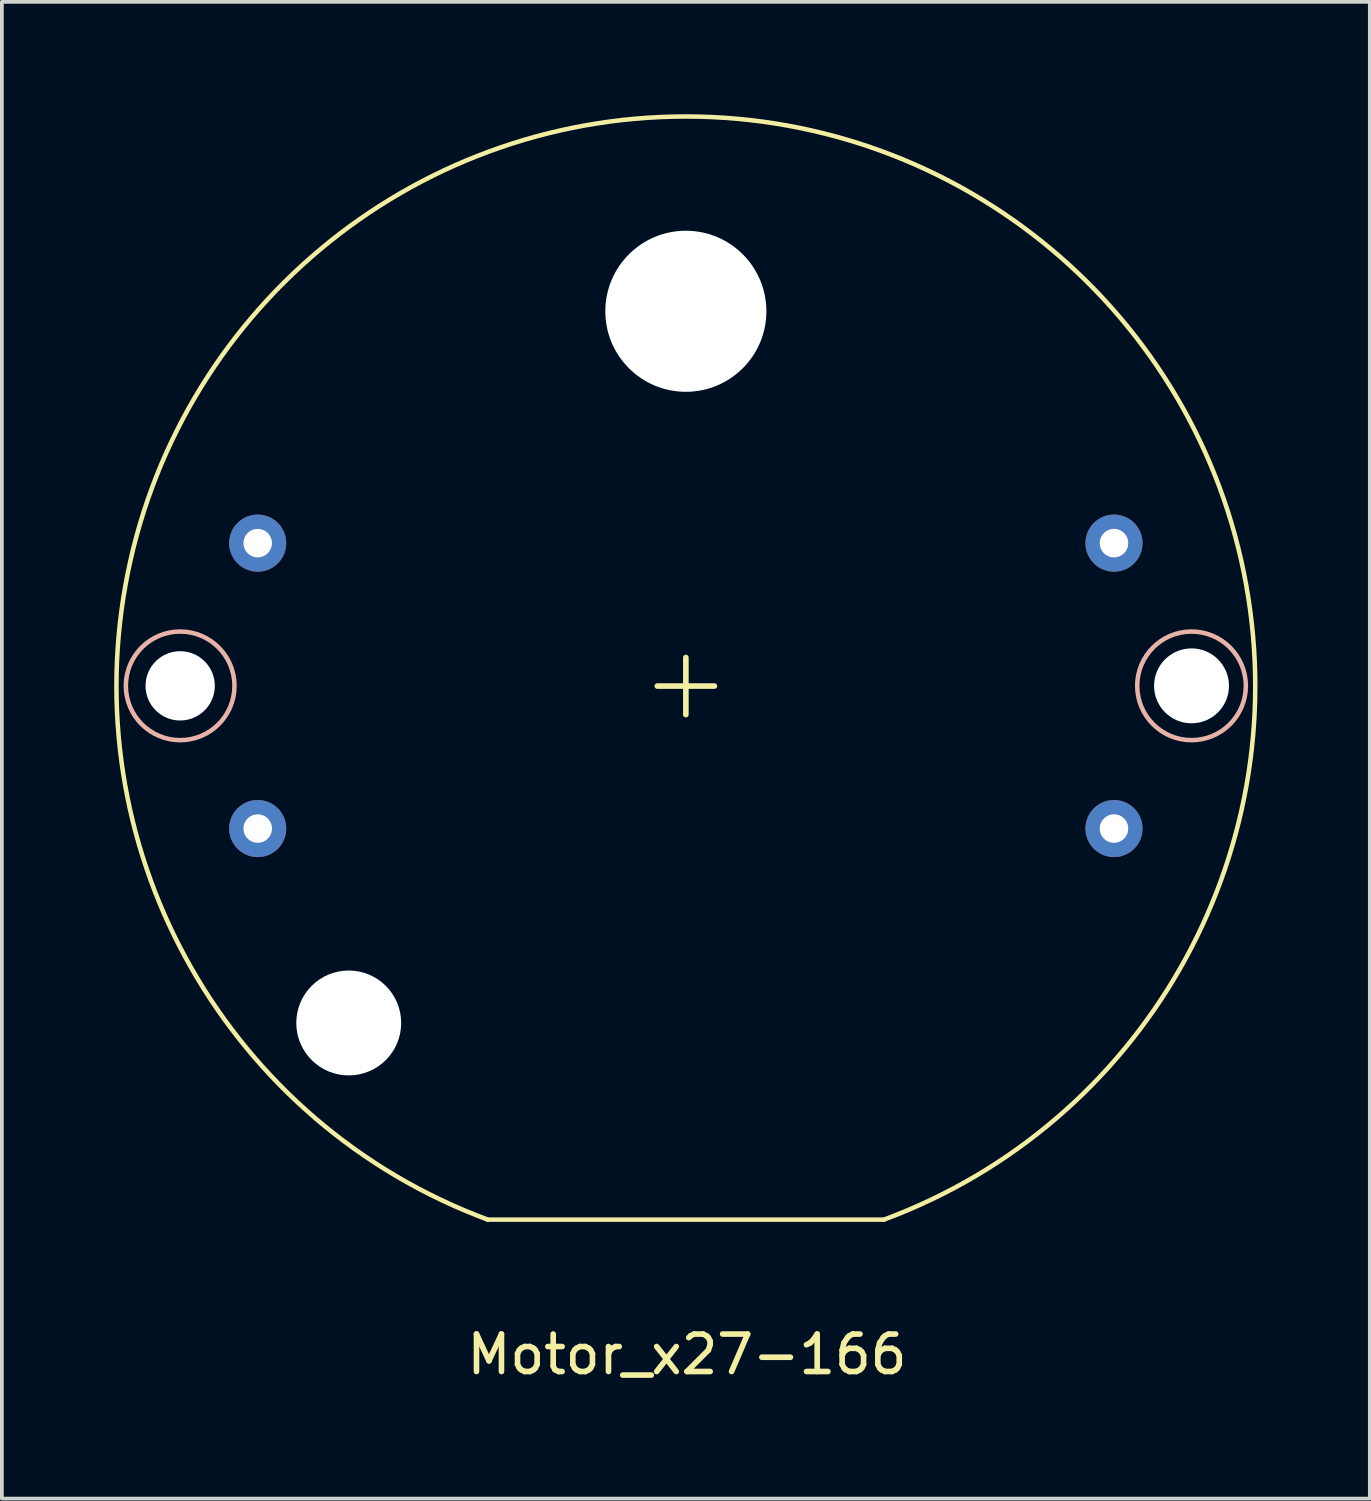
<source format=kicad_pcb>
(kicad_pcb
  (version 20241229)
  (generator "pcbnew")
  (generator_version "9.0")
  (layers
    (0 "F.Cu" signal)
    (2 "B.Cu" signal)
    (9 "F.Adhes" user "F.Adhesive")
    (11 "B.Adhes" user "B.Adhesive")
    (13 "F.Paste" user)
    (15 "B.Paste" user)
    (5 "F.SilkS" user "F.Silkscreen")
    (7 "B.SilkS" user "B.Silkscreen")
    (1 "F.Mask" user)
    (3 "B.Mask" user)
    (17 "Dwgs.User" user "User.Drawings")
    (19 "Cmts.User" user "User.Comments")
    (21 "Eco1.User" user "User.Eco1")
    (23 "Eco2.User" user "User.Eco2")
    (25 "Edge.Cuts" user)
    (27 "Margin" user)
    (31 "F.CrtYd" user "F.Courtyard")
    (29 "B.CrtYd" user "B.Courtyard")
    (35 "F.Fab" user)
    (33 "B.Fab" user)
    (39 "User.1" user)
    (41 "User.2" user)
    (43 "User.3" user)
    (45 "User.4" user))
  (footprint "Motor_x27-166"
    (layer "F.Cu")
    (at 15.26 15.26)
    (property "Reference" "Motor_x27-166" (at 0.03 17.85 0) (layer "F.SilkS") (effects (font (size 1 1) (thickness 0.15))))
    (attr through_hole)
    (fp_line (start 5.289 14.25) (end -5.289 14.25) (stroke (width 0.12) (type solid)) (layer "F.SilkS"))
    (fp_arc (start -5.289376 14.25) (mid 0.00375 -15.199999) (end 5.282345 14.252608) (stroke (width 0.12) (type solid)) (layer "F.SilkS"))
    (fp_circle (center -13.5 0) (end -14.95 0) (stroke (width 0.12) (type solid)) (fill no) (layer "B.SilkS"))
    (fp_circle (center 13.5 0) (end 12.05 0) (stroke (width 0.12) (type solid)) (fill no) (layer "B.SilkS"))
    (fp_text user "+" (at 0 -0.15 0) (unlocked yes) (layer "F.SilkS") (effects (font (size 2 2) (thickness 0.15))))
    (pad "" np_thru_hole circle (at -13.5 0) (size 1.85 1.85) (drill 1.85) (layers "*.Cu" "*.Mask"))
    (pad "" np_thru_hole circle (at -9 9) (size 2.8 2.8) (drill 2.8) (layers "*.Cu" "*.Mask"))
    (pad "" np_thru_hole circle (at 0 -10) (size 4.3 4.3) (drill 4.3) (layers "*.Cu" "*.Mask"))
    (pad "" np_thru_hole circle (at 13.5 0) (size 2 2) (drill 2) (layers "*.Cu" "*.Mask"))
    (pad "1" thru_hole circle (at -11.43 -3.81) (size 1.524 1.524) (drill 0.762) (layers "*.Cu" "*.Mask"))
    (pad "2" thru_hole circle (at -11.43 3.81) (size 1.524 1.524) (drill 0.762) (layers "*.Cu" "*.Mask"))
    (pad "3" thru_hole circle (at 11.43 3.81) (size 1.524 1.524) (drill 0.762) (layers "*.Cu" "*.Mask"))
    (pad "4" thru_hole circle (at 11.43 -3.81) (size 1.524 1.524) (drill 0.762) (layers "*.Cu" "*.Mask")))
  (gr_rect
    (start -3 -3)
    (end 33.52 36.958)
    (stroke (width 0.1) (type default))
    (fill no)
    (layer "Edge.Cuts")))
</source>
